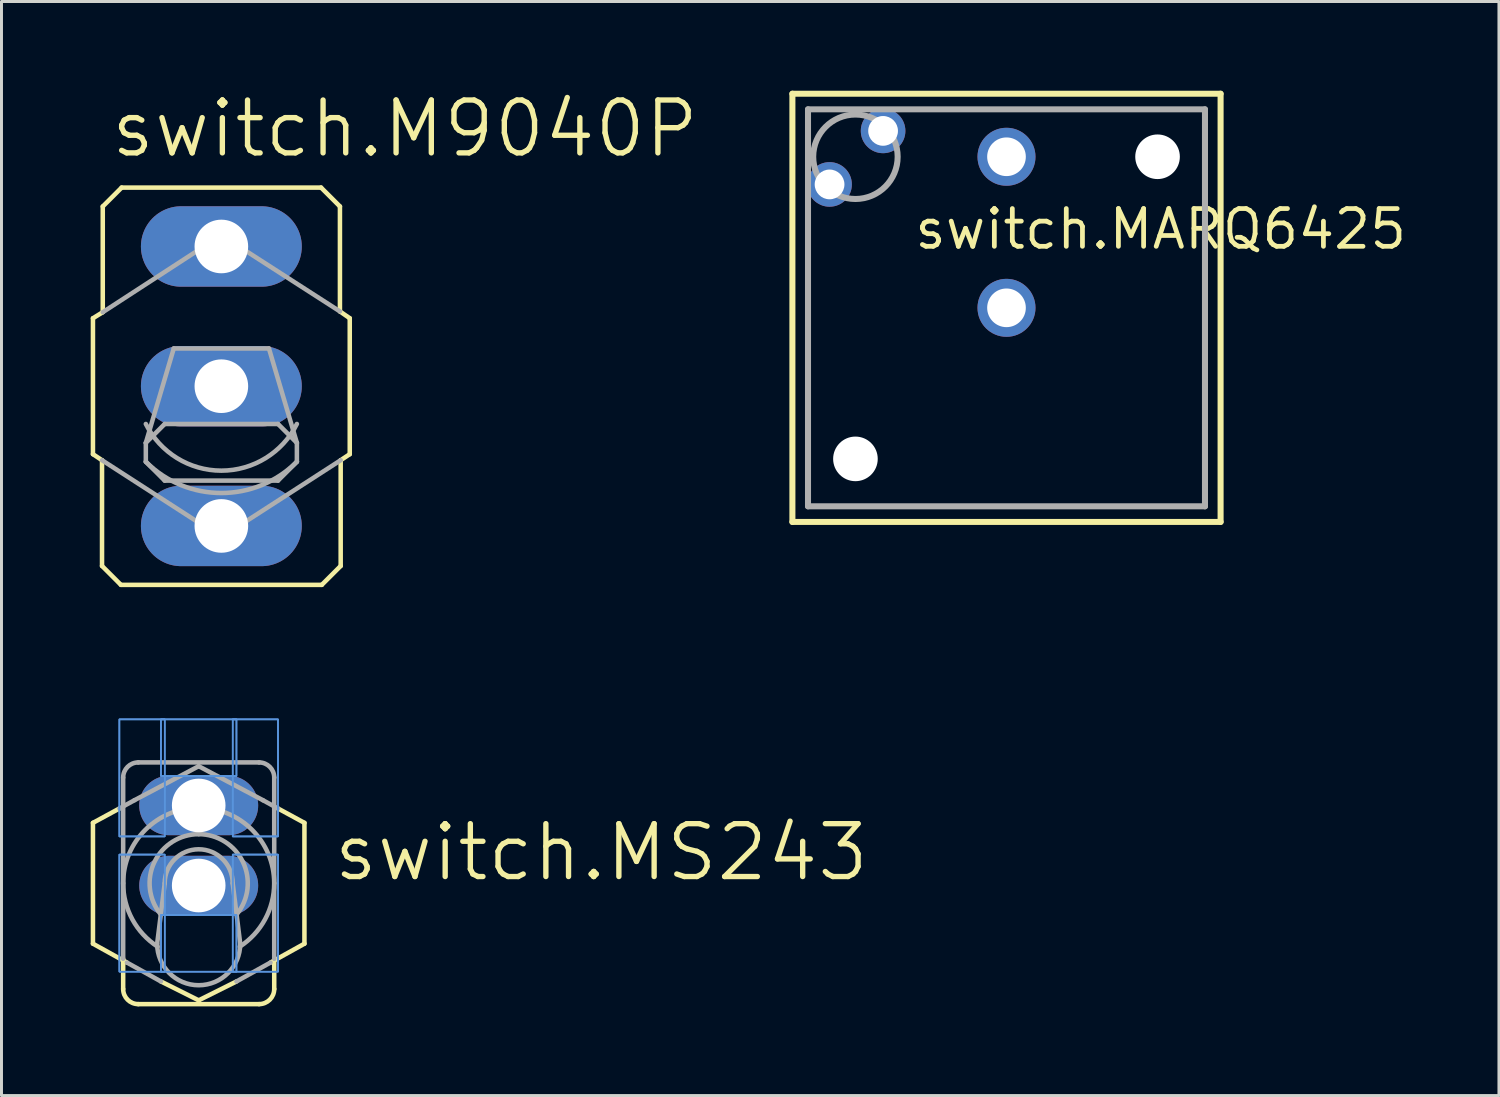
<source format=kicad_pcb>
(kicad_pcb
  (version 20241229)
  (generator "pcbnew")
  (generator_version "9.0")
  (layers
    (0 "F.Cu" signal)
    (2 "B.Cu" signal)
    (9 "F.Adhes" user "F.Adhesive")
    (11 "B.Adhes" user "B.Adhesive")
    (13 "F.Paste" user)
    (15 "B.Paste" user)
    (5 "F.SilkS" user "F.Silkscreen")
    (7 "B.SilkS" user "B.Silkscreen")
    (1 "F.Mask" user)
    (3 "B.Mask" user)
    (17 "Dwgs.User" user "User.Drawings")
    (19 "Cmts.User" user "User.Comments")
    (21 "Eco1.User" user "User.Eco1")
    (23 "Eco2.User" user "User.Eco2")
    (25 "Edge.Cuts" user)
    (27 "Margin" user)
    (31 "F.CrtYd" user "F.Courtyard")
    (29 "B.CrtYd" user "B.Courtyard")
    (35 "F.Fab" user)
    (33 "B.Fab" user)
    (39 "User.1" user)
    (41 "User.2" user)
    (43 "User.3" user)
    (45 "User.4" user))
  (footprint "switch.MS243"
    (layer "F.Cu")
    (at 3.632 25.384)
    (property "Reference" "switch.MS243" (at 4.445 1.27 0) (layer "F.SilkS") (effects (font (size 1.778 1.778) (thickness 0.18)) (justify left bottom)))
    (attr through_hole)
    (fp_line (start -1.524 -4.597) (end -1.524 -2.692) (stroke (width 2.184) (type default)) (layer "F.Mask"))
    (fp_line (start -1.524 -4.597) (end 1.524 -4.597) (stroke (width 2.184) (type default)) (layer "F.Mask"))
    (fp_line (start -1.524 -2.692) (end 1.524 -2.692) (stroke (width 2.184) (type default)) (layer "F.Mask"))
    (fp_line (start -1.524 0) (end 1.524 0) (stroke (width 2.184) (type default)) (layer "F.Mask"))
    (fp_line (start -1.524 1.905) (end -1.524 0) (stroke (width 2.184) (type default)) (layer "F.Mask"))
    (fp_line (start 1.524 -4.597) (end 1.524 -2.692) (stroke (width 2.184) (type default)) (layer "F.Mask"))
    (fp_line (start 1.524 0) (end 1.524 1.905) (stroke (width 2.184) (type default)) (layer "F.Mask"))
    (fp_line (start 1.524 1.905) (end -1.524 1.905) (stroke (width 2.184) (type default)) (layer "F.Mask"))
    (fp_line (start -1.524 -4.597) (end -1.524 -2.692) (stroke (width 2.184) (type default)) (layer "B.Mask"))
    (fp_line (start -1.524 -4.597) (end 1.524 -4.597) (stroke (width 2.184) (type default)) (layer "B.Mask"))
    (fp_line (start -1.524 -2.692) (end 1.524 -2.692) (stroke (width 2.184) (type default)) (layer "B.Mask"))
    (fp_line (start -1.524 0) (end 1.524 0) (stroke (width 2.184) (type default)) (layer "B.Mask"))
    (fp_line (start -1.524 1.905) (end -1.524 0) (stroke (width 2.184) (type default)) (layer "B.Mask"))
    (fp_line (start 1.524 -4.597) (end 1.524 -2.692) (stroke (width 2.184) (type default)) (layer "B.Mask"))
    (fp_line (start 1.524 0) (end 1.524 1.905) (stroke (width 2.184) (type default)) (layer "B.Mask"))
    (fp_line (start 1.524 1.905) (end -1.524 1.905) (stroke (width 2.184) (type default)) (layer "B.Mask"))
    (fp_line (start -3.556 -0.762) (end -2.667 -1.245) (stroke (width 0.152) (type default)) (layer "F.SilkS"))
    (fp_line (start -3.556 3.302) (end -3.556 -0.762) (stroke (width 0.152) (type default)) (layer "F.SilkS"))
    (fp_line (start -3.556 3.302) (end -2.413 3.937) (stroke (width 0.152) (type default)) (layer "F.SilkS"))
    (fp_line (start -2.54 3.81) (end -2.54 4.826) (stroke (width 0.152) (type default)) (layer "F.SilkS"))
    (fp_line (start -2.032 5.334) (end 2.032 5.334) (stroke (width 0.152) (type default)) (layer "F.SilkS"))
    (fp_line (start 0 5.207) (end -1.27 4.572) (stroke (width 0.152) (type default)) (layer "F.SilkS"))
    (fp_line (start 0 5.207) (end 1.27 4.572) (stroke (width 0.152) (type default)) (layer "F.SilkS"))
    (fp_line (start 2.54 3.81) (end 2.54 4.826) (stroke (width 0.152) (type default)) (layer "F.SilkS"))
    (fp_line (start 3.556 -0.762) (end 2.667 -1.245) (stroke (width 0.152) (type default)) (layer "F.SilkS"))
    (fp_line (start 3.556 -0.762) (end 3.556 3.302) (stroke (width 0.152) (type default)) (layer "F.SilkS"))
    (fp_line (start 3.556 3.302) (end 2.413 3.937) (stroke (width 0.152) (type default)) (layer "F.SilkS"))
    (fp_arc (start -2.032 5.334) (mid -2.39121 5.18521) (end -2.54 4.826) (stroke (width 0.1524) (type default)) (layer "F.SilkS"))
    (fp_arc (start 2.54 4.826) (mid 2.39121 5.18521) (end 2.032 5.334) (stroke (width 0.1524) (type default)) (layer "F.SilkS"))
    (fp_rect (start -2.667 -0.305) (end -1.143 -4.242) (stroke (width 0.05) (type default)) (fill no) (layer "Cmts.User"))
    (fp_rect (start -2.667 -0.305) (end -1.143 -4.242) (stroke (width 0.05) (type default)) (fill no) (layer "Cmts.User"))
    (fp_rect (start -2.667 -0.305) (end -1.143 -4.242) (stroke (width 0.05) (type default)) (fill no) (layer "Cmts.User"))
    (fp_rect (start -2.667 4.242) (end -1.143 0.305) (stroke (width 0.05) (type default)) (fill no) (layer "Cmts.User"))
    (fp_rect (start -2.667 4.242) (end -1.143 0.305) (stroke (width 0.05) (type default)) (fill no) (layer "Cmts.User"))
    (fp_rect (start -2.667 4.242) (end -1.143 0.305) (stroke (width 0.05) (type default)) (fill no) (layer "Cmts.User"))
    (fp_rect (start -1.27 -2.337) (end 1.27 -4.242) (stroke (width 0.05) (type default)) (fill no) (layer "Cmts.User"))
    (fp_rect (start -1.27 -2.337) (end 1.27 -4.242) (stroke (width 0.05) (type default)) (fill no) (layer "Cmts.User"))
    (fp_rect (start -1.27 -2.337) (end 1.27 -4.242) (stroke (width 0.05) (type default)) (fill no) (layer "Cmts.User"))
    (fp_rect (start -1.27 4.242) (end 1.27 2.337) (stroke (width 0.05) (type default)) (fill no) (layer "Cmts.User"))
    (fp_rect (start -1.27 4.242) (end 1.27 2.337) (stroke (width 0.05) (type default)) (fill no) (layer "Cmts.User"))
    (fp_rect (start -1.27 4.242) (end 1.27 2.337) (stroke (width 0.05) (type default)) (fill no) (layer "Cmts.User"))
    (fp_rect (start 1.143 -0.305) (end 2.667 -4.242) (stroke (width 0.05) (type default)) (fill no) (layer "Cmts.User"))
    (fp_rect (start 1.143 -0.305) (end 2.667 -4.242) (stroke (width 0.05) (type default)) (fill no) (layer "Cmts.User"))
    (fp_rect (start 1.143 -0.305) (end 2.667 -4.242) (stroke (width 0.05) (type default)) (fill no) (layer "Cmts.User"))
    (fp_rect (start 1.143 4.242) (end 2.667 0.305) (stroke (width 0.05) (type default)) (fill no) (layer "Cmts.User"))
    (fp_rect (start 1.143 4.242) (end 2.667 0.305) (stroke (width 0.05) (type default)) (fill no) (layer "Cmts.User"))
    (fp_rect (start 1.143 4.242) (end 2.667 0.305) (stroke (width 0.05) (type default)) (fill no) (layer "Cmts.User"))
    (fp_line (start -2.667 -1.245) (end -2.159 -1.524) (stroke (width 0.152) (type default)) (layer "F.Fab"))
    (fp_line (start -2.54 -2.286) (end -2.54 3.81) (stroke (width 0.152) (type default)) (layer "F.Fab"))
    (fp_line (start -2.032 -2.794) (end 2.032 -2.794) (stroke (width 0.152) (type default)) (layer "F.Fab"))
    (fp_line (start -1.397 3.302) (end -1.143 1.27) (stroke (width 0.152) (type default)) (layer "F.Fab"))
    (fp_line (start -1.27 4.572) (end -2.413 3.937) (stroke (width 0.152) (type default)) (layer "F.Fab"))
    (fp_line (start 0 -2.667) (end -2.159 -1.524) (stroke (width 0.152) (type default)) (layer "F.Fab"))
    (fp_line (start 0 -2.667) (end 2.159 -1.524) (stroke (width 0.152) (type default)) (layer "F.Fab"))
    (fp_line (start 1.143 1.27) (end 1.397 3.302) (stroke (width 0.152) (type default)) (layer "F.Fab"))
    (fp_line (start 1.27 4.572) (end 2.413 3.937) (stroke (width 0.152) (type default)) (layer "F.Fab"))
    (fp_line (start 2.54 3.81) (end 2.54 -2.286) (stroke (width 0.152) (type default)) (layer "F.Fab"))
    (fp_line (start 2.667 -1.245) (end 2.159 -1.524) (stroke (width 0.152) (type default)) (layer "F.Fab"))
    (fp_arc (start -2.54 -2.286) (mid -2.39121 -2.64521) (end -2.032 -2.794) (stroke (width 0.1524) (type default)) (layer "F.Fab"))
    (fp_arc (start -2.54 1.27) (mid 0 -1.27) (end 2.54 1.27) (stroke (width 0.1524) (type default)) (layer "F.Fab"))
    (fp_arc (start -1.3799 3.4025) (mid -2.231209 2.483817) (end -2.54 1.27) (stroke (width 0.1524) (type default)) (layer "F.Fab"))
    (fp_arc (start -1.2892 2.3014) (mid -1.488061 0.55482) (end 0 -0.381) (stroke (width 0.1524) (type default)) (layer "F.Fab"))
    (fp_arc (start -1.143 1.27) (mid 0 0.127) (end 1.143 1.27) (stroke (width 0.1524) (type default)) (layer "F.Fab"))
    (fp_arc (start 0 -0.381) (mid 1.488061 0.55482) (end 1.2892 2.3014) (stroke (width 0.1524) (type default)) (layer "F.Fab"))
    (fp_arc (start 1.397 3.302) (mid 0 4.699) (end -1.397 3.302) (stroke (width 0.1524) (type default)) (layer "F.Fab"))
    (fp_arc (start 2.032 -2.794) (mid 2.39121 -2.64521) (end 2.54 -2.286) (stroke (width 0.1524) (type default)) (layer "F.Fab"))
    (fp_arc (start 2.54 1.27) (mid 2.231209 2.483817) (end 1.3799 3.4025) (stroke (width 0.1524) (type default)) (layer "F.Fab"))
    (pad "1" thru_hole oval (at 0 1.346) (size 4 2) (drill 1.803) (layers "*.Cu" "*.Mask"))
    (pad "2" thru_hole oval (at 0 -1.346) (size 4 2) (drill 1.803) (layers "*.Cu" "*.Mask")))
  (footprint "switch.MARQ6425"
    (layer "F.Cu")
    (at 30.798 7.302)
    (property "Reference" "switch.MARQ6425" (at -3.175 -1.905 0) (layer "F.SilkS") (effects (font (size 1.27 1.27) (thickness 0.16)) (justify left bottom)))
    (attr through_hole)
    (fp_line (start -7.2 -7.2) (end -7.2 7.2) (stroke (width 0.203) (type default)) (layer "F.SilkS"))
    (fp_line (start -7.2 7.2) (end 7.2 7.2) (stroke (width 0.203) (type default)) (layer "F.SilkS"))
    (fp_line (start 7.2 -7.2) (end -7.2 -7.2) (stroke (width 0.203) (type default)) (layer "F.SilkS"))
    (fp_line (start 7.2 7.2) (end 7.2 -7.2) (stroke (width 0.203) (type default)) (layer "F.SilkS"))
    (fp_line (start -6.675 -6.675) (end -6.675 6.675) (stroke (width 0.203) (type default)) (layer "F.Fab"))
    (fp_line (start -6.675 6.675) (end 6.675 6.675) (stroke (width 0.203) (type default)) (layer "F.Fab"))
    (fp_line (start 6.675 -6.675) (end -6.675 -6.675) (stroke (width 0.203) (type default)) (layer "F.Fab"))
    (fp_line (start 6.675 6.675) (end 6.675 -6.675) (stroke (width 0.203) (type default)) (layer "F.Fab"))
    (fp_circle (center -5.08 -5.08) (end -3.66 -5.08) (stroke (width 0.203) (type default)) (fill no) (layer "F.Fab"))
    (pad "" np_thru_hole circle (at -5.08 5.08) (size 1.5 1.5) (drill 1.5) (layers "*.Cu" "*.Mask"))
    (pad "" np_thru_hole circle (at 5.08 -5.08) (size 1.5 1.5) (drill 1.5) (layers "*.Cu" "*.Mask"))
    (pad "1" thru_hole circle (at 0 -5.08) (size 1.95 1.95) (drill 1.3) (layers "*.Cu" "*.Mask"))
    (pad "2" thru_hole circle (at 0 0) (size 1.95 1.95) (drill 1.3) (layers "*.Cu" "*.Mask"))
    (pad "A" thru_hole circle (at -5.95 -4.15) (size 1.5 1.5) (drill 1) (layers "*.Cu" "*.Mask"))
    (pad "K" thru_hole circle (at -4.15 -5.95) (size 1.5 1.5) (drill 1) (layers "*.Cu" "*.Mask")))
  (footprint "switch.M9040P"
    (layer "F.Cu")
    (at 4.394 9.938)
    (property "Reference" "switch.M9040P" (at -3.81 -7.62 0) (layer "F.SilkS") (effects (font (size 1.778 1.778) (thickness 0.18)) (justify left bottom)))
    (attr through_hole)
    (fp_line (start -4.318 -2.286) (end -4.318 2.286) (stroke (width 0.152) (type default)) (layer "F.SilkS"))
    (fp_line (start -4.318 2.286) (end -4.013 2.489) (stroke (width 0.152) (type default)) (layer "F.SilkS"))
    (fp_line (start -4.013 6.045) (end -4.013 2.489) (stroke (width 0.152) (type default)) (layer "F.SilkS"))
    (fp_line (start -4.013 6.045) (end -3.378 6.68) (stroke (width 0.152) (type default)) (layer "F.SilkS"))
    (fp_line (start -3.988 -2.489) (end -4.318 -2.286) (stroke (width 0.152) (type default)) (layer "F.SilkS"))
    (fp_line (start -3.988 -2.489) (end -3.988 -6.045) (stroke (width 0.152) (type default)) (layer "F.SilkS"))
    (fp_line (start -3.353 -6.68) (end -3.988 -6.045) (stroke (width 0.152) (type default)) (layer "F.SilkS"))
    (fp_line (start -3.353 -6.68) (end 3.353 -6.68) (stroke (width 0.152) (type default)) (layer "F.SilkS"))
    (fp_line (start 3.378 6.68) (end -3.378 6.68) (stroke (width 0.152) (type default)) (layer "F.SilkS"))
    (fp_line (start 3.378 6.68) (end 4.013 6.045) (stroke (width 0.152) (type default)) (layer "F.SilkS"))
    (fp_line (start 3.988 -6.045) (end 3.353 -6.68) (stroke (width 0.152) (type default)) (layer "F.SilkS"))
    (fp_line (start 3.988 -6.045) (end 3.988 -2.515) (stroke (width 0.152) (type default)) (layer "F.SilkS"))
    (fp_line (start 4.013 2.489) (end 4.318 2.286) (stroke (width 0.152) (type default)) (layer "F.SilkS"))
    (fp_line (start 4.013 6.045) (end 4.013 2.489) (stroke (width 0.152) (type default)) (layer "F.SilkS"))
    (fp_line (start 4.318 -2.286) (end 3.988 -2.515) (stroke (width 0.152) (type default)) (layer "F.SilkS"))
    (fp_line (start 4.318 -2.286) (end 4.318 2.286) (stroke (width 0.152) (type default)) (layer "F.SilkS"))
    (fp_line (start -4.013 2.489) (end 0 5.08) (stroke (width 0.152) (type default)) (layer "F.Fab"))
    (fp_line (start -2.54 2.54) (end -2.54 1.905) (stroke (width 0.152) (type default)) (layer "F.Fab"))
    (fp_line (start -2.54 2.54) (end -1.905 3.175) (stroke (width 0.152) (type default)) (layer "F.Fab"))
    (fp_line (start -1.905 1.27) (end -2.54 1.905) (stroke (width 0.152) (type default)) (layer "F.Fab"))
    (fp_line (start -1.905 1.27) (end 1.905 1.27) (stroke (width 0.152) (type default)) (layer "F.Fab"))
    (fp_line (start -1.6 -1.27) (end -2.54 1.905) (stroke (width 0.152) (type default)) (layer "F.Fab"))
    (fp_line (start -1.6 -1.27) (end 1.6 -1.27) (stroke (width 0.152) (type default)) (layer "F.Fab"))
    (fp_line (start 0 -5.08) (end -3.988 -2.489) (stroke (width 0.152) (type default)) (layer "F.Fab"))
    (fp_line (start 0 5.08) (end 4.013 2.489) (stroke (width 0.152) (type default)) (layer "F.Fab"))
    (fp_line (start 1.6 -1.27) (end 2.54 1.905) (stroke (width 0.152) (type default)) (layer "F.Fab"))
    (fp_line (start 1.905 1.27) (end 2.54 1.905) (stroke (width 0.152) (type default)) (layer "F.Fab"))
    (fp_line (start 1.905 3.175) (end -1.905 3.175) (stroke (width 0.152) (type default)) (layer "F.Fab"))
    (fp_line (start 1.905 3.175) (end 2.54 2.54) (stroke (width 0.152) (type default)) (layer "F.Fab"))
    (fp_line (start 2.54 1.905) (end 2.54 2.54) (stroke (width 0.152) (type default)) (layer "F.Fab"))
    (fp_line (start 3.988 -2.515) (end 0 -5.08) (stroke (width 0.152) (type default)) (layer "F.Fab"))
    (fp_arc (start 2.54 1.27) (mid 0 2.839806) (end -2.54 1.27) (stroke (width 0.1524) (type default)) (layer "F.Fab"))
    (fp_arc (start 2.54 2.54) (mid 0 3.592102) (end -2.54 2.54) (stroke (width 0.1524) (type default)) (layer "F.Fab"))
    (pad "1" thru_hole oval (at 0 -4.699) (size 5.41 2.705) (drill 1.803) (layers "*.Cu" "*.Mask"))
    (pad "2" thru_hole oval (at 0 0) (size 5.41 2.705) (drill 1.803) (layers "*.Cu" "*.Mask"))
    (pad "3" thru_hole oval (at 0 4.699) (size 5.41 2.705) (drill 1.803) (layers "*.Cu" "*.Mask")))
  (gr_rect
    (start -3 -3)
    (end 47.359 33.794)
    (stroke (width 0.1) (type default))
    (fill no)
    (layer "Edge.Cuts")))
</source>
